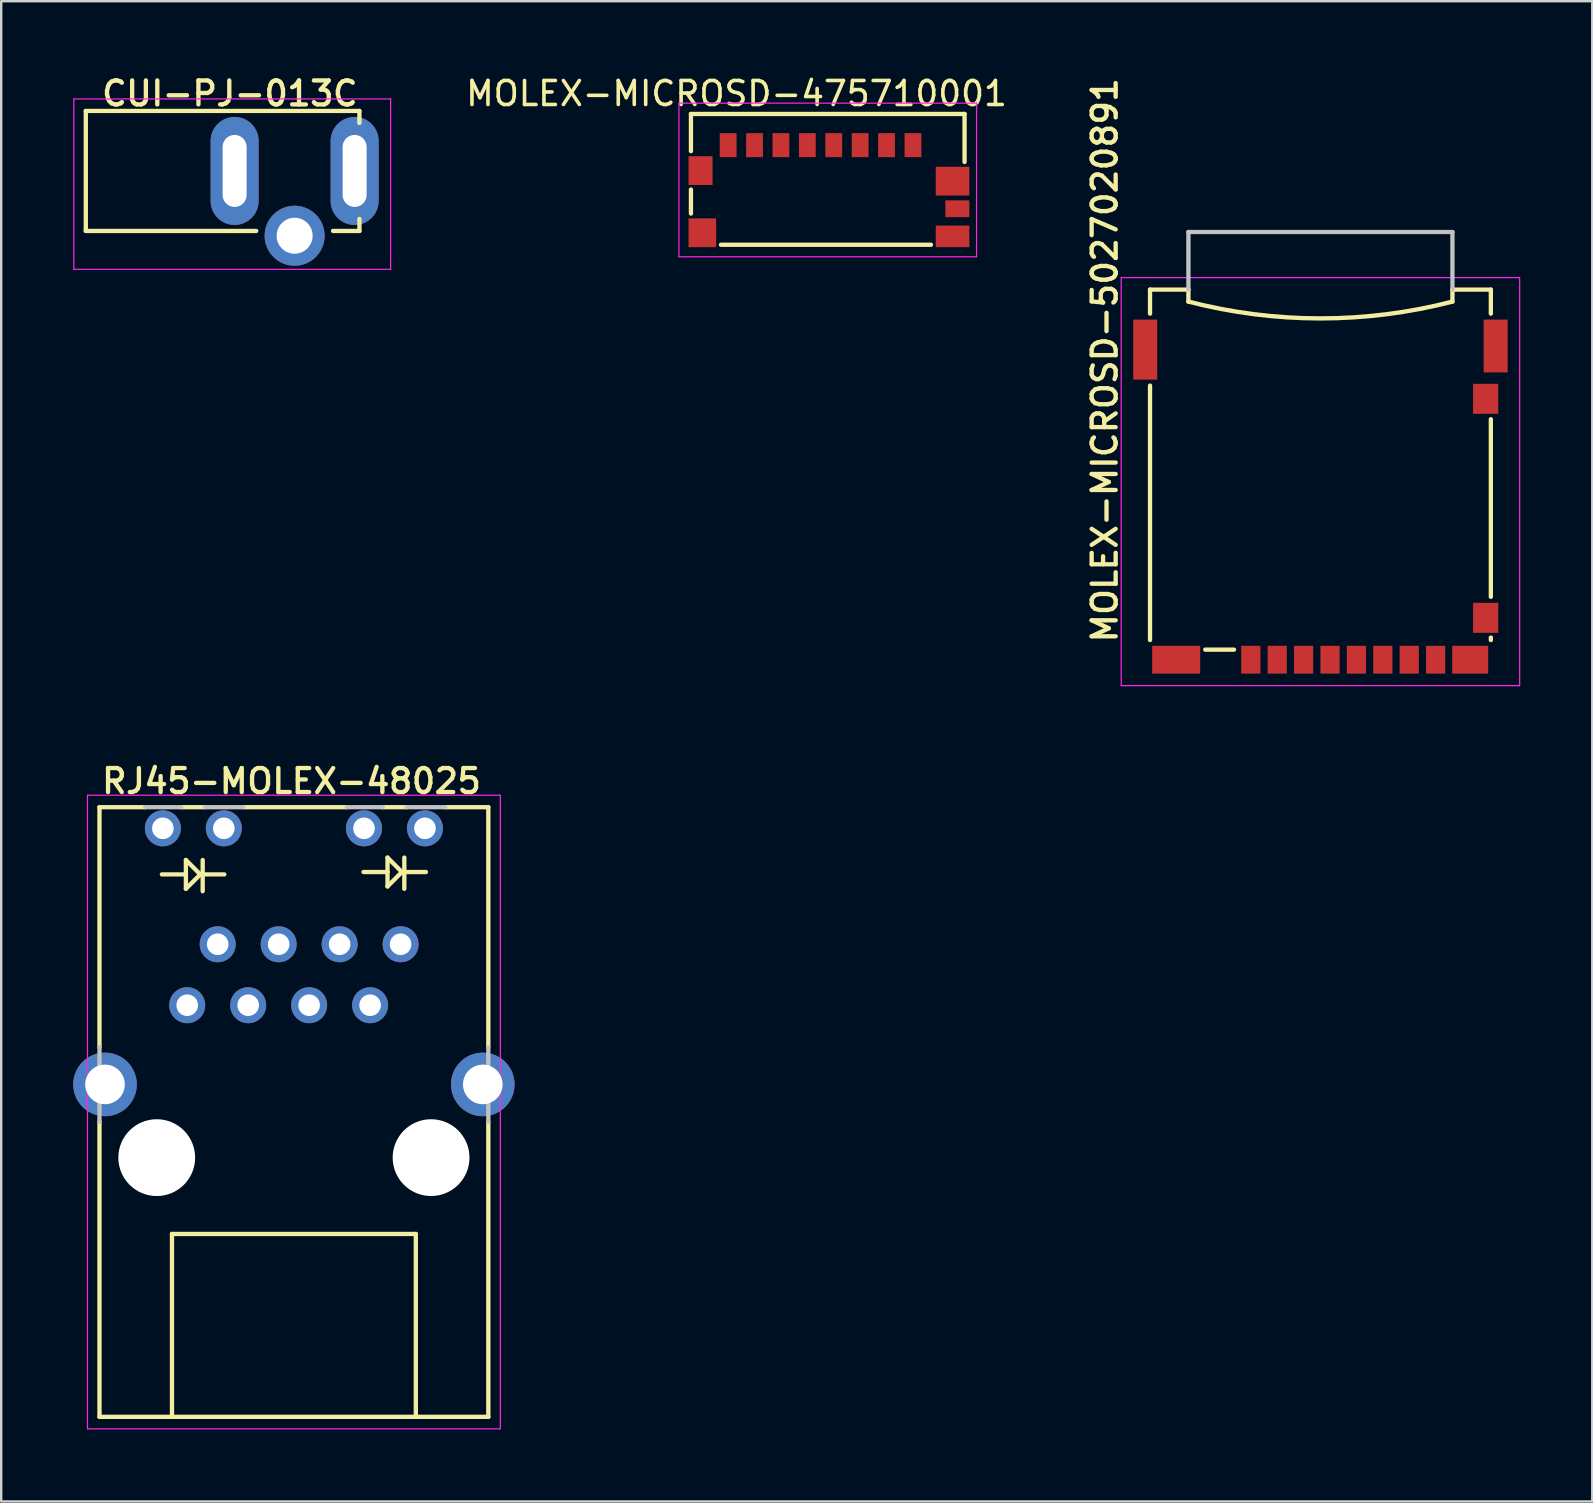
<source format=kicad_pcb>
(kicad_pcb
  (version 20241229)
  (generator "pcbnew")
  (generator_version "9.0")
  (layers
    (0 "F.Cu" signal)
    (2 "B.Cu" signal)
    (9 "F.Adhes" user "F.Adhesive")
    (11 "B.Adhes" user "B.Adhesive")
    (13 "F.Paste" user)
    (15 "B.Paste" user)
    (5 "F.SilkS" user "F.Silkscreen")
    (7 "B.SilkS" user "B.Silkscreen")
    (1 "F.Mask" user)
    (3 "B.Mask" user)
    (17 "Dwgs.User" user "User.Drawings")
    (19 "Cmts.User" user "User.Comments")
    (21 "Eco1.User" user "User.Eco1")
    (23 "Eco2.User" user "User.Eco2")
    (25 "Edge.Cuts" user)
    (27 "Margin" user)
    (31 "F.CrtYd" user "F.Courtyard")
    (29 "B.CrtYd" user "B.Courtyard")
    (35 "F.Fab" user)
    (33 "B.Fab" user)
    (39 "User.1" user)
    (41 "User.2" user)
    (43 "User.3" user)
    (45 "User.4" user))
  (footprint "MOLEX-MICROSD-475710001"
    (layer "F.Cu")
    (at 31.137 7.148)
    (property "Reference" "MOLEX-MICROSD-475710001" (at -3.5 -6.3 0) (layer "F.SilkS") (effects (font (size 1 1) (thickness 0.15))))
    (attr through_hole)
    (fp_line (start -5.4 -5.45) (end -5.4 -3.9) (stroke (width 0.18) (type solid)) (layer "F.SilkS"))
    (fp_line (start -5.4 -5.45) (end 6 -5.45) (stroke (width 0.18) (type solid)) (layer "F.SilkS"))
    (fp_line (start -5.4 -1.3) (end -5.4 -2.3) (stroke (width 0.18) (type solid)) (layer "F.SilkS"))
    (fp_line (start -4.15 0) (end 4.6 0) (stroke (width 0.18) (type solid)) (layer "F.SilkS"))
    (fp_line (start 6 -5.45) (end 6 -3.45) (stroke (width 0.18) (type solid)) (layer "F.SilkS"))
    (fp_line (start -5.9 -5.9) (end 6.5 -5.9) (stroke (width 0.05) (type solid)) (layer "F.CrtYd"))
    (fp_line (start -5.9 0.5) (end -5.9 -5.9) (stroke (width 0.05) (type solid)) (layer "F.CrtYd"))
    (fp_line (start 6.5 -5.9) (end 6.5 0.5) (stroke (width 0.05) (type solid)) (layer "F.CrtYd"))
    (fp_line (start 6.5 0.5) (end -5.9 0.5) (stroke (width 0.05) (type solid)) (layer "F.CrtYd"))
    (pad "1" smd rect (at 3.85 -4.15 90) (size 1 0.7) (layers "F.Cu" "F.Mask" "F.Paste"))
    (pad "2" smd rect (at 2.75 -4.15 90) (size 1 0.7) (layers "F.Cu" "F.Mask" "F.Paste"))
    (pad "3" smd rect (at 1.65 -4.15 90) (size 1 0.7) (layers "F.Cu" "F.Mask" "F.Paste"))
    (pad "4" smd rect (at 0.55 -4.15 90) (size 1 0.7) (layers "F.Cu" "F.Mask" "F.Paste"))
    (pad "5" smd rect (at -0.55 -4.15 90) (size 1 0.7) (layers "F.Cu" "F.Mask" "F.Paste"))
    (pad "6" smd rect (at -1.65 -4.15 90) (size 1 0.7) (layers "F.Cu" "F.Mask" "F.Paste"))
    (pad "7" smd rect (at -2.75 -4.15 90) (size 1 0.7) (layers "F.Cu" "F.Mask" "F.Paste"))
    (pad "8" smd rect (at -3.85 -4.15 90) (size 1 0.7) (layers "F.Cu" "F.Mask" "F.Paste"))
    (pad "DC" smd rect (at 5.7 -1.5) (size 1 0.7) (layers "F.Cu" "F.Mask" "F.Paste"))
    (pad "DT" smd rect (at 5.5 -0.35) (size 1.4 0.9) (layers "F.Cu" "F.Mask" "F.Paste"))
    (pad "SH" smd rect (at -5 -3.09) (size 1 1.2) (layers "F.Cu" "F.Mask" "F.Paste"))
    (pad "SH" smd rect (at -4.925 -0.5) (size 1.15 1.2) (layers "F.Cu" "F.Mask" "F.Paste"))
    (pad "SH" smd rect (at 5.5 -2.65) (size 1.4 1.2) (layers "F.Cu" "F.Mask" "F.Paste")))
  (footprint "RJ45-MOLEX-48025"
    (layer "F.Cu")
    (at 9.195 55.981)
    (property "Reference" "RJ45-MOLEX-48025" (at -8.1 -25.9 0) (layer "F.SilkS") (effects (font (size 1 1) (thickness 0.18)) (justify left bottom)))
    (attr through_hole)
    (fp_line (start -8.1 -25.4) (end -6.2 -25.4) (stroke (width 0.18) (type solid)) (layer "F.SilkS"))
    (fp_line (start -8.1 -15.4) (end -8.1 -25.4) (stroke (width 0.18) (type solid)) (layer "F.SilkS"))
    (fp_line (start -8.1 0) (end -8.1 -12.3) (stroke (width 0.18) (type solid)) (layer "F.SilkS"))
    (fp_line (start -5.08 -7.62) (end 5.08 -7.62) (stroke (width 0.18) (type solid)) (layer "F.SilkS"))
    (fp_line (start -5.08 0) (end -8.1 0) (stroke (width 0.18) (type solid)) (layer "F.SilkS"))
    (fp_line (start -5.08 0) (end -5.08 -7.62) (stroke (width 0.18) (type solid)) (layer "F.SilkS"))
    (fp_line (start -4.7 -25.4) (end -3.7 -25.4) (stroke (width 0.18) (type solid)) (layer "F.SilkS"))
    (fp_line (start -4.5 -23.2) (end -3.9 -22.6) (stroke (width 0.18) (type solid)) (layer "F.SilkS"))
    (fp_line (start -4.5 -22.6) (end -5.5 -22.6) (stroke (width 0.18) (type solid)) (layer "F.SilkS"))
    (fp_line (start -4.5 -22.6) (end -4.5 -23.2) (stroke (width 0.18) (type solid)) (layer "F.SilkS"))
    (fp_line (start -4.5 -22) (end -4.5 -22.6) (stroke (width 0.18) (type solid)) (layer "F.SilkS"))
    (fp_line (start -3.9 -22.6) (end -4.5 -22) (stroke (width 0.18) (type solid)) (layer "F.SilkS"))
    (fp_line (start -3.9 -22.6) (end -2.9 -22.6) (stroke (width 0.18) (type solid)) (layer "F.SilkS"))
    (fp_line (start -3.8 -21.9) (end -3.8 -23.2) (stroke (width 0.18) (type solid)) (layer "F.SilkS"))
    (fp_line (start -2.1 -25.4) (end 2.2 -25.4) (stroke (width 0.18) (type solid)) (layer "F.SilkS"))
    (fp_line (start 3.7 -25.4) (end 4.7 -25.4) (stroke (width 0.18) (type solid)) (layer "F.SilkS"))
    (fp_line (start 3.9 -23.3) (end 4.5 -22.7) (stroke (width 0.18) (type solid)) (layer "F.SilkS"))
    (fp_line (start 3.9 -22.7) (end 2.9 -22.7) (stroke (width 0.18) (type solid)) (layer "F.SilkS"))
    (fp_line (start 3.9 -22.7) (end 3.9 -23.3) (stroke (width 0.18) (type solid)) (layer "F.SilkS"))
    (fp_line (start 3.9 -22.1) (end 3.9 -22.7) (stroke (width 0.18) (type solid)) (layer "F.SilkS"))
    (fp_line (start 4.5 -22.7) (end 3.9 -22.1) (stroke (width 0.18) (type solid)) (layer "F.SilkS"))
    (fp_line (start 4.5 -22.7) (end 5.5 -22.7) (stroke (width 0.18) (type solid)) (layer "F.SilkS"))
    (fp_line (start 4.6 -22) (end 4.6 -23.3) (stroke (width 0.18) (type solid)) (layer "F.SilkS"))
    (fp_line (start 5.08 -7.62) (end 5.08 0) (stroke (width 0.18) (type solid)) (layer "F.SilkS"))
    (fp_line (start 5.08 0) (end -5.08 0) (stroke (width 0.18) (type solid)) (layer "F.SilkS"))
    (fp_line (start 6.3 -25.4) (end 8.1 -25.4) (stroke (width 0.18) (type solid)) (layer "F.SilkS"))
    (fp_line (start 8.1 -15.4) (end 8.1 -25.4) (stroke (width 0.18) (type solid)) (layer "F.SilkS"))
    (fp_line (start 8.1 0) (end 5.08 0) (stroke (width 0.18) (type solid)) (layer "F.SilkS"))
    (fp_line (start 8.1 0) (end 8.1 -12.3) (stroke (width 0.18) (type solid)) (layer "F.SilkS"))
    (fp_line (start -8.1 -12.3) (end -8.1 -15.4) (stroke (width 0.18) (type solid)) (layer "Dwgs.User"))
    (fp_line (start -6.2 -25.4) (end -4.7 -25.4) (stroke (width 0.18) (type solid)) (layer "Dwgs.User"))
    (fp_line (start -3.7 -25.4) (end -2.1 -25.4) (stroke (width 0.18) (type solid)) (layer "Dwgs.User"))
    (fp_line (start 2.2 -25.4) (end 3.7 -25.4) (stroke (width 0.18) (type solid)) (layer "Dwgs.User"))
    (fp_line (start 4.7 -25.4) (end 6.3 -25.4) (stroke (width 0.18) (type solid)) (layer "Dwgs.User"))
    (fp_line (start 8.1 -12.3) (end 8.1 -15.4) (stroke (width 0.18) (type solid)) (layer "Dwgs.User"))
    (fp_line (start -8.6 -25.9) (end 8.6 -25.9) (stroke (width 0.05) (type solid)) (layer "F.CrtYd"))
    (fp_line (start -8.6 0.5) (end -8.6 -25.9) (stroke (width 0.05) (type solid)) (layer "F.CrtYd"))
    (fp_line (start 8.6 -25.9) (end 8.6 0.5) (stroke (width 0.05) (type solid)) (layer "F.CrtYd"))
    (fp_line (start 8.6 0.5) (end -8.6 0.5) (stroke (width 0.05) (type solid)) (layer "F.CrtYd"))
    (pad "" np_thru_hole circle (at -5.715 -10.8) (size 3.2 3.2) (drill 3.2) (layers "*.Cu"))
    (pad "" np_thru_hole circle (at 5.715 -10.8) (size 3.2 3.2) (drill 3.2) (layers "*.Cu"))
    (pad "1" thru_hole circle (at 4.445 -19.69) (size 1.5 1.5) (drill 0.9) (layers "*.Cu" "*.Mask"))
    (pad "2" thru_hole circle (at 3.175 -17.15) (size 1.5 1.5) (drill 0.9) (layers "*.Cu" "*.Mask"))
    (pad "3" thru_hole circle (at 1.905 -19.69) (size 1.5 1.5) (drill 0.9) (layers "*.Cu" "*.Mask"))
    (pad "4" thru_hole circle (at 0.635 -17.15) (size 1.5 1.5) (drill 0.9) (layers "*.Cu" "*.Mask"))
    (pad "5" thru_hole circle (at -0.635 -19.69) (size 1.5 1.5) (drill 0.9) (layers "*.Cu" "*.Mask"))
    (pad "6" thru_hole circle (at -1.905 -17.15) (size 1.5 1.5) (drill 0.9) (layers "*.Cu" "*.Mask"))
    (pad "7" thru_hole circle (at -3.175 -19.69) (size 1.5 1.5) (drill 0.9) (layers "*.Cu" "*.Mask"))
    (pad "8" thru_hole circle (at -4.445 -17.15) (size 1.5 1.5) (drill 0.9) (layers "*.Cu" "*.Mask"))
    (pad "LA" thru_hole circle (at -5.46 -24.52) (size 1.5 1.5) (drill 0.9) (layers "*.Cu" "*.Mask"))
    (pad "LK" thru_hole circle (at -2.92 -24.52) (size 1.5 1.5) (drill 0.9) (layers "*.Cu" "*.Mask"))
    (pad "RA" thru_hole circle (at 2.92 -24.52) (size 1.5 1.5) (drill 0.9) (layers "*.Cu" "*.Mask"))
    (pad "RK" thru_hole circle (at 5.46 -24.52) (size 1.5 1.5) (drill 0.9) (layers "*.Cu" "*.Mask"))
    (pad "SH" thru_hole circle (at -7.87 -13.85) (size 2.65 2.65) (drill 1.65) (layers "*.Cu" "*.Mask"))
    (pad "SH" thru_hole circle (at 7.87 -13.85) (size 2.65 2.65) (drill 1.65) (layers "*.Cu" "*.Mask")))
  (footprint "MOLEX-MICROSD-5027020891"
    (layer "F.Cu")
    (at 51.964 9.016)
    (property "Reference" "MOLEX-MICROSD-5027020891" (at -8.4 14.8 90) (layer "F.SilkS") (effects (font (size 1 1) (thickness 0.18)) (justify left bottom)))
    (attr through_hole)
    (fp_line (start -7.1 0) (end -5.5 0) (stroke (width 0.18) (type solid)) (layer "F.SilkS"))
    (fp_line (start -7.1 1) (end -7.1 0) (stroke (width 0.18) (type solid)) (layer "F.SilkS"))
    (fp_line (start -7.1 14.6) (end -7.1 4) (stroke (width 0.18) (type solid)) (layer "F.SilkS"))
    (fp_line (start -5.5 0) (end -5.5 0.5) (stroke (width 0.18) (type solid)) (layer "F.SilkS"))
    (fp_line (start -3.6 15) (end -4.8 15) (stroke (width 0.18) (type solid)) (layer "F.SilkS"))
    (fp_line (start 5.5 0) (end 7.1 0) (stroke (width 0.18) (type solid)) (layer "F.SilkS"))
    (fp_line (start 5.5 0.5) (end 5.5 0) (stroke (width 0.18) (type solid)) (layer "F.SilkS"))
    (fp_line (start 7.1 0) (end 7.1 1) (stroke (width 0.18) (type solid)) (layer "F.SilkS"))
    (fp_line (start 7.1 5.4) (end 7.1 12.8) (stroke (width 0.18) (type solid)) (layer "F.SilkS"))
    (fp_line (start 7.1 14.5) (end 7.1 14.6) (stroke (width 0.18) (type solid)) (layer "F.SilkS"))
    (fp_arc (start 5.5 0.5) (mid 0 1.200228) (end -5.5 0.5) (stroke (width 0.18) (type solid)) (layer "F.SilkS"))
    (fp_line (start -5.5 -2.4) (end 5.5 -2.4) (stroke (width 0.18) (type solid)) (layer "Dwgs.User"))
    (fp_line (start -5.5 0) (end -5.5 -2.4) (stroke (width 0.18) (type solid)) (layer "Dwgs.User"))
    (fp_line (start 5.5 -2.4) (end 5.5 0) (stroke (width 0.18) (type solid)) (layer "Dwgs.User"))
    (fp_line (start -8.3 -0.5) (end 8.3 -0.5) (stroke (width 0.05) (type solid)) (layer "F.CrtYd"))
    (fp_line (start -8.3 16.5) (end -8.3 -0.5) (stroke (width 0.05) (type solid)) (layer "F.CrtYd"))
    (fp_line (start 8.3 -0.5) (end 8.3 16.5) (stroke (width 0.05) (type solid)) (layer "F.CrtYd"))
    (fp_line (start 8.3 16.5) (end -8.3 16.5) (stroke (width 0.05) (type solid)) (layer "F.CrtYd"))
    (pad "1" smd rect (at -2.9 15.42) (size 0.8 1.16) (layers "F.Cu" "F.Mask" "F.Paste"))
    (pad "2" smd rect (at -1.8 15.42) (size 0.8 1.16) (layers "F.Cu" "F.Mask" "F.Paste"))
    (pad "3" smd rect (at -0.7 15.42) (size 0.8 1.16) (layers "F.Cu" "F.Mask" "F.Paste"))
    (pad "4" smd rect (at 0.4 15.42) (size 0.8 1.16) (layers "F.Cu" "F.Mask" "F.Paste"))
    (pad "5" smd rect (at 1.5 15.42) (size 0.8 1.16) (layers "F.Cu" "F.Mask" "F.Paste"))
    (pad "6" smd rect (at 2.6 15.42) (size 0.8 1.16) (layers "F.Cu" "F.Mask" "F.Paste"))
    (pad "7" smd rect (at 3.7 15.42) (size 0.8 1.16) (layers "F.Cu" "F.Mask" "F.Paste"))
    (pad "8" smd rect (at 4.8 15.42) (size 0.8 1.16) (layers "F.Cu" "F.Mask" "F.Paste"))
    (pad "DC" smd rect (at 6.885 13.675) (size 1.05 1.25) (layers "F.Cu" "F.Mask" "F.Paste"))
    (pad "DT" smd rect (at 6.885 4.55) (size 1.05 1.25) (layers "F.Cu" "F.Mask" "F.Paste"))
    (pad "SH" smd rect (at -7.3 2.5) (size 1 2.5) (layers "F.Cu" "F.Mask" "F.Paste"))
    (pad "SH" smd rect (at -6.01 15.42) (size 2 1.16) (layers "F.Cu" "F.Mask" "F.Paste"))
    (pad "SH" smd rect (at 6.24 15.42) (size 1.5 1.16) (layers "F.Cu" "F.Mask" "F.Paste"))
    (pad "SH" smd rect (at 7.3 2.35) (size 1 2.2) (layers "F.Cu" "F.Mask" "F.Paste")))
  (footprint "CUI-PJ-013C"
    (layer "F.Cu")
    (at 0.525 4.072)
    (property "Reference" "CUI-PJ-013C" (at 11.43 -3.81 0) (layer "F.SilkS") (effects (font (size 1 1) (thickness 0.18)) (justify right top)))
    (attr through_hole)
    (fp_line (start 0 -2.5) (end 11.4 -2.5) (stroke (width 0.18) (type solid)) (layer "F.SilkS"))
    (fp_line (start 0 2.5) (end 0 -2.5) (stroke (width 0.18) (type solid)) (layer "F.SilkS"))
    (fp_line (start 7.1 2.5) (end 0 2.5) (stroke (width 0.18) (type solid)) (layer "F.SilkS"))
    (fp_line (start 11.4 -2.5) (end 11.4 -2) (stroke (width 0.18) (type solid)) (layer "F.SilkS"))
    (fp_line (start 11.4 2.5) (end 10.3 2.5) (stroke (width 0.18) (type solid)) (layer "F.SilkS"))
    (fp_line (start 11.4 2.5) (end 11.4 2) (stroke (width 0.18) (type solid)) (layer "F.SilkS"))
    (fp_line (start -0.5 -3) (end 12.7 -3) (stroke (width 0.05) (type solid)) (layer "F.CrtYd"))
    (fp_line (start -0.5 4.1) (end -0.5 -3) (stroke (width 0.05) (type solid)) (layer "F.CrtYd"))
    (fp_line (start 12.7 -3) (end 12.7 4.1) (stroke (width 0.05) (type solid)) (layer "F.CrtYd"))
    (fp_line (start 12.7 4.1) (end -0.5 4.1) (stroke (width 0.05) (type solid)) (layer "F.CrtYd"))
    (pad "1" thru_hole oval (at 11.2 0 90) (size 4.5 2) (drill oval 3 1) (layers "*.Cu" "*.Mask"))
    (pad "2" thru_hole oval (at 6.2 0 90) (size 4.5 2) (drill oval 3 1) (layers "*.Cu" "*.Mask"))
    (pad "3" thru_hole circle (at 8.7 2.7) (size 2.5 2.5) (drill 1.5) (layers "*.Cu" "*.Mask")))
  (gr_rect
    (start -3 -3)
    (end 63.289 59.506)
    (stroke (width 0.1) (type default))
    (fill no)
    (layer "Edge.Cuts")))
</source>
